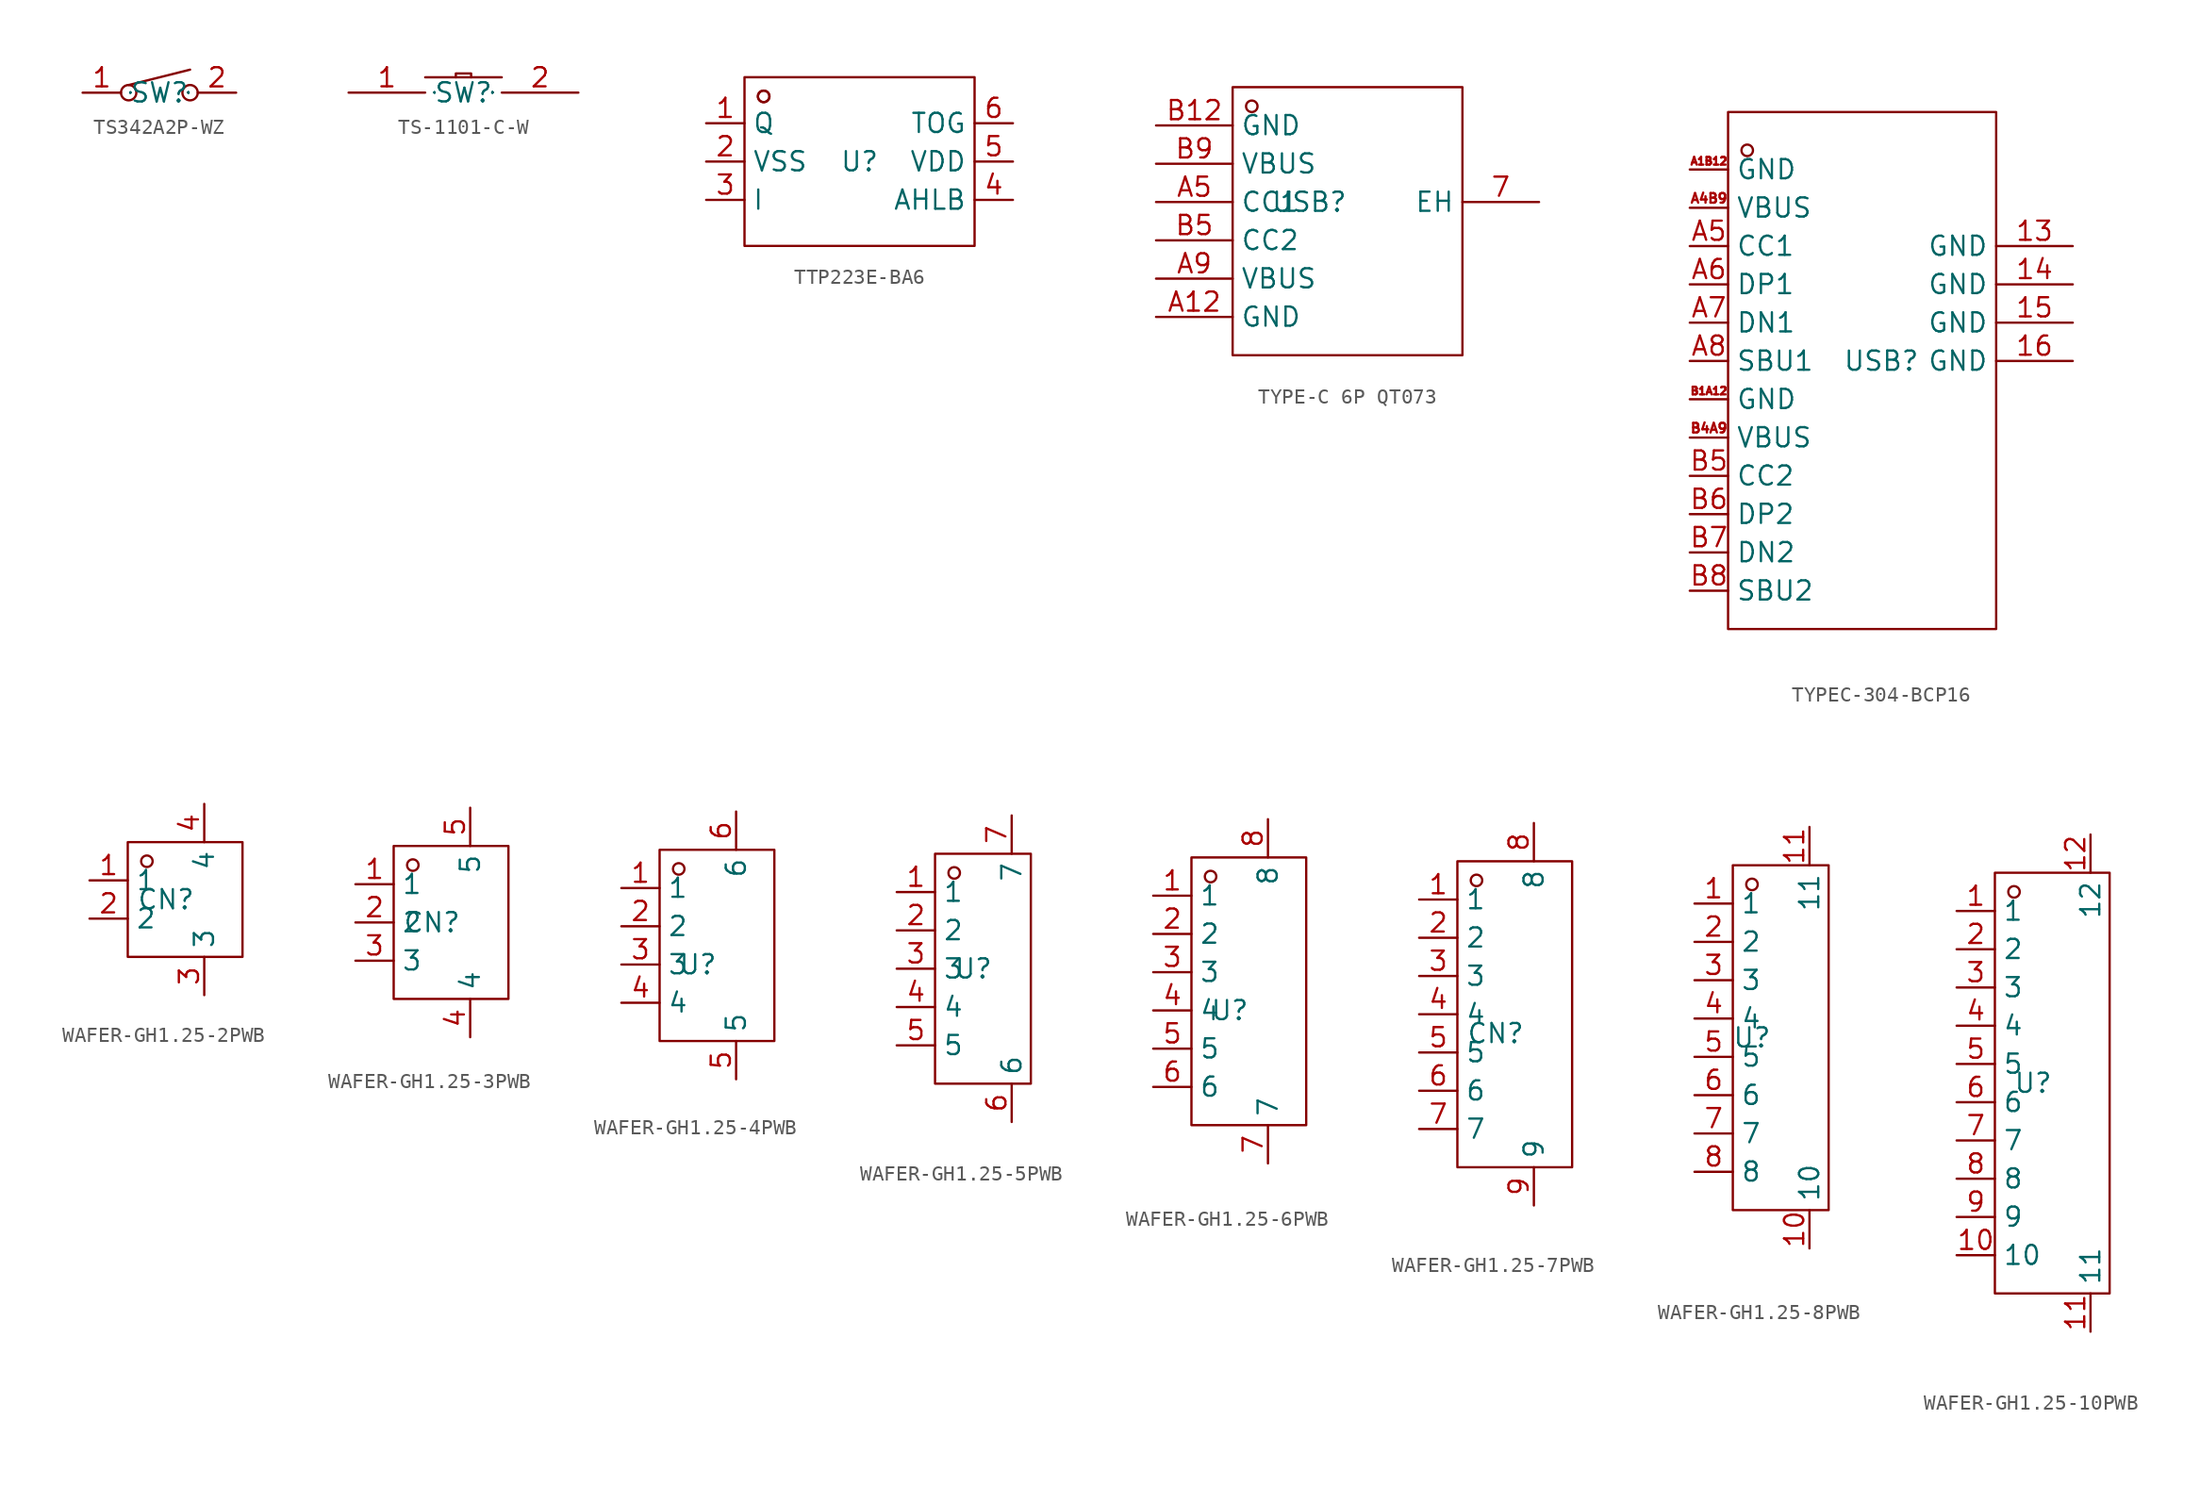
<source format=kicad_sym>
(kicad_symbol_lib
  (version 20231120)
  (generator "kicad_symbol_editor")
  (generator_version "8.0")
  (symbol "TS342A2P-WZ"
    (property "Reference" "SW"
      (at 0 0 0)
      (effects (font (size 1.27 1.27))))
    (property "Value" ""
      (at 0 0 0)
      (effects (font (size 1.27 1.27))))
    (symbol "TS342A2P-WZ_1_0"
      (circle (center -2.032 0) (radius 0.508) (stroke (width 0) (type default)) (fill (type none)))
      (polyline (pts (xy 2.032 1.524) (xy -2.032 0.508)) (stroke (width 0) (type default)) (fill (type none)))
      (circle (center 2.032 0) (radius 0.508) (stroke (width 0) (type default)) (fill (type none)))
      (pin input line (at -5.08 0 0) (length 2.54) (name "1" (effects (font (size 0.025 0.025)))) (number "1" (effects (font (size 1.27 1.27)))))
      (pin input line (at 5.08 0 180) (length 2.54) (name "2" (effects (font (size 0.025 0.025)))) (number "2" (effects (font (size 1.27 1.27)))))))
  (symbol "TS-1101-C-W"
    (property "Reference" "SW"
      (at 0 0 0)
      (effects (font (size 1.27 1.27))))
    (property "Value" ""
      (at 0 0 0)
      (effects (font (size 1.27 1.27))))
    (symbol "TS-1101-C-W_1_0"
      (polyline (pts (xy -2.54 1.016) (xy 2.54 1.016)) (stroke (width 0) (type default)) (fill (type none)))
      (polyline (pts (xy -0.508 1.016) (xy -0.508 1.27) (xy -0.508 1.27) (xy 0.508 1.27) (xy 0.508 1.27) (xy 0.508 1.016)) (stroke (width 0) (type default)) (fill (type none)))
      (pin unspecified line (at -7.62 0 0) (length 5.08) (name "1" (effects (font (size 0.025 0.025)))) (number "1" (effects (font (size 1.27 1.27)))))
      (pin unspecified line (at 7.62 0 180) (length 5.08) (name "2" (effects (font (size 0.025 0.025)))) (number "2" (effects (font (size 1.27 1.27)))))))
  (symbol "TTP223E-BA6"
    (property "Reference" "U"
      (at 0 0 0)
      (effects (font (size 1.27 1.27))))
    (property "Value" ""
      (at 0 0 0)
      (effects (font (size 1.27 1.27))))
    (symbol "TTP223E-BA6_1_0"
      (rectangle (start -7.62 -5.588) (end 7.62 5.588) (stroke (width 0) (type default)) (fill (type none)))
      (circle (center -6.35 4.318) (radius 0.381) (stroke (width 0) (type default)) (fill (type none)))
      (circle (center -6.35 4.318) (radius 0.381) (stroke (width 0) (type default)) (fill (type none)))
      (pin input line (at -10.16 2.54 0) (length 2.54) (name "Q" (effects (font (size 1.27 1.27)))) (number "1" (effects (font (size 1.27 1.27)))))
      (pin input line (at -10.16 0 0) (length 2.54) (name "VSS" (effects (font (size 1.27 1.27)))) (number "2" (effects (font (size 1.27 1.27)))))
      (pin input line (at -10.16 -2.54 0) (length 2.54) (name "I" (effects (font (size 1.27 1.27)))) (number "3" (effects (font (size 1.27 1.27)))))
      (pin input line (at 10.16 -2.54 180) (length 2.54) (name "AHLB" (effects (font (size 1.27 1.27)))) (number "4" (effects (font (size 1.27 1.27)))))
      (pin input line (at 10.16 0 180) (length 2.54) (name "VDD" (effects (font (size 1.27 1.27)))) (number "5" (effects (font (size 1.27 1.27)))))
      (pin input line (at 10.16 2.54 180) (length 2.54) (name "TOG" (effects (font (size 1.27 1.27)))) (number "6" (effects (font (size 1.27 1.27)))))))
  (symbol "TYPE-C 6P QT073"
    (property "Reference" "USB"
      (at 0 0 0)
      (effects (font (size 1.27 1.27))))
    (property "Value" ""
      (at 0 0 0)
      (effects (font (size 1.27 1.27))))
    (symbol "TYPE-C 6P QT073_1_0"
      (rectangle (start -5.08 -10.16) (end 10.16 7.62) (stroke (width 0) (type default)) (fill (type none)))
      (circle (center -3.81 6.35) (radius 0.381) (stroke (width 0) (type default)) (fill (type none)))
      (pin unspecified line (at 15.24 0 180) (length 5.08) (name "EH" (effects (font (size 1.27 1.27)))) (number "7" (effects (font (size 1.27 1.27)))))
      (pin unspecified line (at -10.16 -7.62 0) (length 5.08) (name "GND" (effects (font (size 1.27 1.27)))) (number "A12" (effects (font (size 1.27 1.27)))))
      (pin unspecified line (at -10.16 0 0) (length 5.08) (name "CC1" (effects (font (size 1.27 1.27)))) (number "A5" (effects (font (size 1.27 1.27)))))
      (pin unspecified line (at -10.16 -5.08 0) (length 5.08) (name "VBUS" (effects (font (size 1.27 1.27)))) (number "A9" (effects (font (size 1.27 1.27)))))
      (pin unspecified line (at -10.16 5.08 0) (length 5.08) (name "GND" (effects (font (size 1.27 1.27)))) (number "B12" (effects (font (size 1.27 1.27)))))
      (pin unspecified line (at -10.16 -2.54 0) (length 5.08) (name "CC2" (effects (font (size 1.27 1.27)))) (number "B5" (effects (font (size 1.27 1.27)))))
      (pin unspecified line (at -10.16 2.54 0) (length 5.08) (name "VBUS" (effects (font (size 1.27 1.27)))) (number "B9" (effects (font (size 1.27 1.27)))))))
  (symbol "TYPEC-304-BCP16"
    (property "Reference" "USB"
      (at 0 0 0)
      (effects (font (size 1.27 1.27))))
    (property "Value" ""
      (at 0 0 0)
      (effects (font (size 1.27 1.27))))
    (symbol "TYPEC-304-BCP16_1_0"
      (rectangle (start -10.16 -17.78) (end 7.62 16.51) (stroke (width 0) (type default)) (fill (type none)))
      (circle (center -8.89 13.97) (radius 0.381) (stroke (width 0) (type default)) (fill (type none)))
      (pin unspecified line (at 12.7 7.62 180) (length 5.08) (name "GND" (effects (font (size 1.27 1.27)))) (number "13" (effects (font (size 1.27 1.27)))))
      (pin unspecified line (at 12.7 5.08 180) (length 5.08) (name "GND" (effects (font (size 1.27 1.27)))) (number "14" (effects (font (size 1.27 1.27)))))
      (pin unspecified line (at 12.7 2.54 180) (length 5.08) (name "GND" (effects (font (size 1.27 1.27)))) (number "15" (effects (font (size 1.27 1.27)))))
      (pin unspecified line (at 12.7 0 180) (length 5.08) (name "GND" (effects (font (size 1.27 1.27)))) (number "16" (effects (font (size 1.27 1.27)))))
      (pin unspecified line (at -12.7 12.7 0) (length 2.54) (name "GND" (effects (font (size 1.27 1.27)))) (number "A1B12" (effects (font (size 0.508 0.508)))))
      (pin unspecified line (at -12.7 10.16 0) (length 2.54) (name "VBUS" (effects (font (size 1.27 1.27)))) (number "A4B9" (effects (font (size 0.635 0.635)))))
      (pin unspecified line (at -12.7 7.62 0) (length 2.54) (name "CC1" (effects (font (size 1.27 1.27)))) (number "A5" (effects (font (size 1.27 1.27)))))
      (pin unspecified line (at -12.7 5.08 0) (length 2.54) (name "DP1" (effects (font (size 1.27 1.27)))) (number "A6" (effects (font (size 1.27 1.27)))))
      (pin unspecified line (at -12.7 2.54 0) (length 2.54) (name "DN1" (effects (font (size 1.27 1.27)))) (number "A7" (effects (font (size 1.27 1.27)))))
      (pin unspecified line (at -12.7 0 0) (length 2.54) (name "SBU1" (effects (font (size 1.27 1.27)))) (number "A8" (effects (font (size 1.27 1.27)))))
      (pin unspecified line (at -12.7 -2.54 0) (length 2.54) (name "GND" (effects (font (size 1.27 1.27)))) (number "B1A12" (effects (font (size 0.508 0.508)))))
      (pin unspecified line (at -12.7 -5.08 0) (length 2.54) (name "VBUS" (effects (font (size 1.27 1.27)))) (number "B4A9" (effects (font (size 0.635 0.635)))))
      (pin unspecified line (at -12.7 -7.62 0) (length 2.54) (name "CC2" (effects (font (size 1.27 1.27)))) (number "B5" (effects (font (size 1.27 1.27)))))
      (pin unspecified line (at -12.7 -10.16 0) (length 2.54) (name "DP2" (effects (font (size 1.27 1.27)))) (number "B6" (effects (font (size 1.27 1.27)))))
      (pin unspecified line (at -12.7 -12.7 0) (length 2.54) (name "DN2" (effects (font (size 1.27 1.27)))) (number "B7" (effects (font (size 1.27 1.27)))))
      (pin unspecified line (at -12.7 -15.24 0) (length 2.54) (name "SBU2" (effects (font (size 1.27 1.27)))) (number "B8" (effects (font (size 1.27 1.27)))))))
  (symbol "WAFER-GH1.25-2PWB"
    (property "Reference" "CN"
      (at 0 0 0)
      (effects (font (size 1.27 1.27))))
    (property "Value" ""
      (at 0 0 0)
      (effects (font (size 1.27 1.27))))
    (symbol "WAFER-GH1.25-2PWB_1_0"
      (rectangle (start -2.54 -3.81) (end 5.08 3.81) (stroke (width 0) (type default)) (fill (type none)))
      (circle (center -1.27 2.54) (radius 0.381) (stroke (width 0) (type default)) (fill (type none)))
      (pin unspecified line (at -5.08 1.27 0) (length 2.54) (name "1" (effects (font (size 1.27 1.27)))) (number "1" (effects (font (size 1.27 1.27)))))
      (pin unspecified line (at -5.08 -1.27 0) (length 2.54) (name "2" (effects (font (size 1.27 1.27)))) (number "2" (effects (font (size 1.27 1.27)))))
      (pin unspecified line (at 2.54 -6.35 90) (length 2.54) (name "3" (effects (font (size 1.27 1.27)))) (number "3" (effects (font (size 1.27 1.27)))))
      (pin unspecified line (at 2.54 6.35 270) (length 2.54) (name "4" (effects (font (size 1.27 1.27)))) (number "4" (effects (font (size 1.27 1.27)))))))
  (symbol "WAFER-GH1.25-3PWB"
    (property "Reference" "CN"
      (at 0 0 0)
      (effects (font (size 1.27 1.27))))
    (property "Value" ""
      (at 0 0 0)
      (effects (font (size 1.27 1.27))))
    (symbol "WAFER-GH1.25-3PWB_1_0"
      (rectangle (start -2.54 -5.08) (end 5.08 5.08) (stroke (width 0) (type default)) (fill (type none)))
      (circle (center -1.27 3.81) (radius 0.381) (stroke (width 0) (type default)) (fill (type none)))
      (pin unspecified line (at -5.08 2.54 0) (length 2.54) (name "1" (effects (font (size 1.27 1.27)))) (number "1" (effects (font (size 1.27 1.27)))))
      (pin unspecified line (at -5.08 0 0) (length 2.54) (name "2" (effects (font (size 1.27 1.27)))) (number "2" (effects (font (size 1.27 1.27)))))
      (pin unspecified line (at -5.08 -2.54 0) (length 2.54) (name "3" (effects (font (size 1.27 1.27)))) (number "3" (effects (font (size 1.27 1.27)))))
      (pin unspecified line (at 2.54 -7.62 90) (length 2.54) (name "4" (effects (font (size 1.27 1.27)))) (number "4" (effects (font (size 1.27 1.27)))))
      (pin unspecified line (at 2.54 7.62 270) (length 2.54) (name "5" (effects (font (size 1.27 1.27)))) (number "5" (effects (font (size 1.27 1.27)))))))
  (symbol "WAFER-GH1.25-4PWB"
    (property "Reference" "U"
      (at 0 0 0)
      (effects (font (size 1.27 1.27))))
    (property "Value" ""
      (at 0 0 0)
      (effects (font (size 1.27 1.27))))
    (symbol "WAFER-GH1.25-4PWB_1_0"
      (rectangle (start -2.54 -5.08) (end 5.08 7.62) (stroke (width 0) (type default)) (fill (type none)))
      (circle (center -1.27 6.35) (radius 0.381) (stroke (width 0) (type default)) (fill (type none)))
      (pin unspecified line (at -5.08 5.08 0) (length 2.54) (name "1" (effects (font (size 1.27 1.27)))) (number "1" (effects (font (size 1.27 1.27)))))
      (pin unspecified line (at -5.08 2.54 0) (length 2.54) (name "2" (effects (font (size 1.27 1.27)))) (number "2" (effects (font (size 1.27 1.27)))))
      (pin unspecified line (at -5.08 0 0) (length 2.54) (name "3" (effects (font (size 1.27 1.27)))) (number "3" (effects (font (size 1.27 1.27)))))
      (pin unspecified line (at -5.08 -2.54 0) (length 2.54) (name "4" (effects (font (size 1.27 1.27)))) (number "4" (effects (font (size 1.27 1.27)))))
      (pin unspecified line (at 2.54 -7.62 90) (length 2.54) (name "5" (effects (font (size 1.27 1.27)))) (number "5" (effects (font (size 1.27 1.27)))))
      (pin unspecified line (at 2.54 10.16 270) (length 2.54) (name "6" (effects (font (size 1.27 1.27)))) (number "6" (effects (font (size 1.27 1.27)))))))
  (symbol "WAFER-GH1.25-5PWB"
    (property "Reference" "U"
      (at 0 0 0)
      (effects (font (size 1.27 1.27))))
    (property "Value" ""
      (at 0 0 0)
      (effects (font (size 1.27 1.27))))
    (symbol "WAFER-GH1.25-5PWB_1_0"
      (rectangle (start -2.54 -7.62) (end 3.81 7.62) (stroke (width 0) (type default)) (fill (type none)))
      (circle (center -1.27 6.35) (radius 0.381) (stroke (width 0) (type default)) (fill (type none)))
      (pin unspecified line (at -5.08 5.08 0) (length 2.54) (name "1" (effects (font (size 1.27 1.27)))) (number "1" (effects (font (size 1.27 1.27)))))
      (pin unspecified line (at -5.08 2.54 0) (length 2.54) (name "2" (effects (font (size 1.27 1.27)))) (number "2" (effects (font (size 1.27 1.27)))))
      (pin unspecified line (at -5.08 0 0) (length 2.54) (name "3" (effects (font (size 1.27 1.27)))) (number "3" (effects (font (size 1.27 1.27)))))
      (pin unspecified line (at -5.08 -2.54 0) (length 2.54) (name "4" (effects (font (size 1.27 1.27)))) (number "4" (effects (font (size 1.27 1.27)))))
      (pin unspecified line (at -5.08 -5.08 0) (length 2.54) (name "5" (effects (font (size 1.27 1.27)))) (number "5" (effects (font (size 1.27 1.27)))))
      (pin unspecified line (at 2.54 -10.16 90) (length 2.54) (name "6" (effects (font (size 1.27 1.27)))) (number "6" (effects (font (size 1.27 1.27)))))
      (pin unspecified line (at 2.54 10.16 270) (length 2.54) (name "7" (effects (font (size 1.27 1.27)))) (number "7" (effects (font (size 1.27 1.27)))))))
  (symbol "WAFER-GH1.25-6PWB"
    (property "Reference" "U"
      (at 0 0 0)
      (effects (font (size 1.27 1.27))))
    (property "Value" ""
      (at 0 0 0)
      (effects (font (size 1.27 1.27))))
    (symbol "WAFER-GH1.25-6PWB_1_0"
      (rectangle (start -2.54 -7.62) (end 5.08 10.16) (stroke (width 0) (type default)) (fill (type none)))
      (circle (center -1.27 8.89) (radius 0.381) (stroke (width 0) (type default)) (fill (type none)))
      (pin unspecified line (at -5.08 7.62 0) (length 2.54) (name "1" (effects (font (size 1.27 1.27)))) (number "1" (effects (font (size 1.27 1.27)))))
      (pin unspecified line (at -5.08 5.08 0) (length 2.54) (name "2" (effects (font (size 1.27 1.27)))) (number "2" (effects (font (size 1.27 1.27)))))
      (pin unspecified line (at -5.08 2.54 0) (length 2.54) (name "3" (effects (font (size 1.27 1.27)))) (number "3" (effects (font (size 1.27 1.27)))))
      (pin unspecified line (at -5.08 0 0) (length 2.54) (name "4" (effects (font (size 1.27 1.27)))) (number "4" (effects (font (size 1.27 1.27)))))
      (pin unspecified line (at -5.08 -2.54 0) (length 2.54) (name "5" (effects (font (size 1.27 1.27)))) (number "5" (effects (font (size 1.27 1.27)))))
      (pin unspecified line (at -5.08 -5.08 0) (length 2.54) (name "6" (effects (font (size 1.27 1.27)))) (number "6" (effects (font (size 1.27 1.27)))))
      (pin unspecified line (at 2.54 -10.16 90) (length 2.54) (name "7" (effects (font (size 1.27 1.27)))) (number "7" (effects (font (size 1.27 1.27)))))
      (pin unspecified line (at 2.54 12.7 270) (length 2.54) (name "8" (effects (font (size 1.27 1.27)))) (number "8" (effects (font (size 1.27 1.27)))))))
  (symbol "WAFER-GH1.25-7PWB"
    (property "Reference" "CN"
      (at 0 0 0)
      (effects (font (size 1.27 1.27))))
    (property "Value" ""
      (at 0 0 0)
      (effects (font (size 1.27 1.27))))
    (symbol "WAFER-GH1.25-7PWB_1_0"
      (rectangle (start -2.54 -8.89) (end 5.08 11.43) (stroke (width 0) (type default)) (fill (type none)))
      (circle (center -1.27 10.16) (radius 0.381) (stroke (width 0) (type default)) (fill (type none)))
      (pin unspecified line (at -5.08 8.89 0) (length 2.54) (name "1" (effects (font (size 1.27 1.27)))) (number "1" (effects (font (size 1.27 1.27)))))
      (pin unspecified line (at -5.08 6.35 0) (length 2.54) (name "2" (effects (font (size 1.27 1.27)))) (number "2" (effects (font (size 1.27 1.27)))))
      (pin unspecified line (at -5.08 3.81 0) (length 2.54) (name "3" (effects (font (size 1.27 1.27)))) (number "3" (effects (font (size 1.27 1.27)))))
      (pin unspecified line (at -5.08 1.27 0) (length 2.54) (name "4" (effects (font (size 1.27 1.27)))) (number "4" (effects (font (size 1.27 1.27)))))
      (pin unspecified line (at -5.08 -1.27 0) (length 2.54) (name "5" (effects (font (size 1.27 1.27)))) (number "5" (effects (font (size 1.27 1.27)))))
      (pin unspecified line (at -5.08 -3.81 0) (length 2.54) (name "6" (effects (font (size 1.27 1.27)))) (number "6" (effects (font (size 1.27 1.27)))))
      (pin unspecified line (at -5.08 -6.35 0) (length 2.54) (name "7" (effects (font (size 1.27 1.27)))) (number "7" (effects (font (size 1.27 1.27)))))
      (pin unspecified line (at 2.54 13.97 270) (length 2.54) (name "8" (effects (font (size 1.27 1.27)))) (number "8" (effects (font (size 1.27 1.27)))))
      (pin unspecified line (at 2.54 -11.43 90) (length 2.54) (name "9" (effects (font (size 1.27 1.27)))) (number "9" (effects (font (size 1.27 1.27)))))))
  (symbol "WAFER-GH1.25-8PWB"
    (property "Reference" "U"
      (at 0 0 0)
      (effects (font (size 1.27 1.27))))
    (property "Value" ""
      (at 0 0 0)
      (effects (font (size 1.27 1.27))))
    (symbol "WAFER-GH1.25-8PWB_1_0"
      (rectangle (start -1.27 -11.43) (end 5.08 11.43) (stroke (width 0) (type default)) (fill (type none)))
      (circle (center 0 10.16) (radius 0.381) (stroke (width 0) (type default)) (fill (type none)))
      (pin unspecified line (at -3.81 8.89 0) (length 2.54) (name "1" (effects (font (size 1.27 1.27)))) (number "1" (effects (font (size 1.27 1.27)))))
      (pin unspecified line (at 3.81 -13.97 90) (length 2.54) (name "10" (effects (font (size 1.27 1.27)))) (number "10" (effects (font (size 1.27 1.27)))))
      (pin unspecified line (at 3.81 13.97 270) (length 2.54) (name "11" (effects (font (size 1.27 1.27)))) (number "11" (effects (font (size 1.27 1.27)))))
      (pin unspecified line (at -3.81 6.35 0) (length 2.54) (name "2" (effects (font (size 1.27 1.27)))) (number "2" (effects (font (size 1.27 1.27)))))
      (pin unspecified line (at -3.81 3.81 0) (length 2.54) (name "3" (effects (font (size 1.27 1.27)))) (number "3" (effects (font (size 1.27 1.27)))))
      (pin unspecified line (at -3.81 1.27 0) (length 2.54) (name "4" (effects (font (size 1.27 1.27)))) (number "4" (effects (font (size 1.27 1.27)))))
      (pin unspecified line (at -3.81 -1.27 0) (length 2.54) (name "5" (effects (font (size 1.27 1.27)))) (number "5" (effects (font (size 1.27 1.27)))))
      (pin unspecified line (at -3.81 -3.81 0) (length 2.54) (name "6" (effects (font (size 1.27 1.27)))) (number "6" (effects (font (size 1.27 1.27)))))
      (pin unspecified line (at -3.81 -6.35 0) (length 2.54) (name "7" (effects (font (size 1.27 1.27)))) (number "7" (effects (font (size 1.27 1.27)))))
      (pin unspecified line (at -3.81 -8.89 0) (length 2.54) (name "8" (effects (font (size 1.27 1.27)))) (number "8" (effects (font (size 1.27 1.27)))))))
  (symbol "WAFER-GH1.25-10PWB"
    (property "Reference" "U"
      (at 0 0 0)
      (effects (font (size 1.27 1.27))))
    (property "Value" ""
      (at 0 0 0)
      (effects (font (size 1.27 1.27))))
    (symbol "WAFER-GH1.25-10PWB_1_0"
      (rectangle (start -2.54 -13.97) (end 5.08 13.97) (stroke (width 0) (type default)) (fill (type none)))
      (circle (center -1.27 12.7) (radius 0.381) (stroke (width 0) (type default)) (fill (type none)))
      (pin unspecified line (at -5.08 11.43 0) (length 2.54) (name "1" (effects (font (size 1.27 1.27)))) (number "1" (effects (font (size 1.27 1.27)))))
      (pin unspecified line (at -5.08 -11.43 0) (length 2.54) (name "10" (effects (font (size 1.27 1.27)))) (number "10" (effects (font (size 1.27 1.27)))))
      (pin unspecified line (at 3.81 -16.51 90) (length 2.54) (name "11" (effects (font (size 1.27 1.27)))) (number "11" (effects (font (size 1.27 1.27)))))
      (pin unspecified line (at 3.81 16.51 270) (length 2.54) (name "12" (effects (font (size 1.27 1.27)))) (number "12" (effects (font (size 1.27 1.27)))))
      (pin unspecified line (at -5.08 8.89 0) (length 2.54) (name "2" (effects (font (size 1.27 1.27)))) (number "2" (effects (font (size 1.27 1.27)))))
      (pin unspecified line (at -5.08 6.35 0) (length 2.54) (name "3" (effects (font (size 1.27 1.27)))) (number "3" (effects (font (size 1.27 1.27)))))
      (pin unspecified line (at -5.08 3.81 0) (length 2.54) (name "4" (effects (font (size 1.27 1.27)))) (number "4" (effects (font (size 1.27 1.27)))))
      (pin unspecified line (at -5.08 1.27 0) (length 2.54) (name "5" (effects (font (size 1.27 1.27)))) (number "5" (effects (font (size 1.27 1.27)))))
      (pin unspecified line (at -5.08 -1.27 0) (length 2.54) (name "6" (effects (font (size 1.27 1.27)))) (number "6" (effects (font (size 1.27 1.27)))))
      (pin unspecified line (at -5.08 -3.81 0) (length 2.54) (name "7" (effects (font (size 1.27 1.27)))) (number "7" (effects (font (size 1.27 1.27)))))
      (pin unspecified line (at -5.08 -6.35 0) (length 2.54) (name "8" (effects (font (size 1.27 1.27)))) (number "8" (effects (font (size 1.27 1.27)))))
      (pin unspecified line (at -5.08 -8.89 0) (length 2.54) (name "9" (effects (font (size 1.27 1.27)))) (number "9" (effects (font (size 1.27 1.27))))))))
</source>
